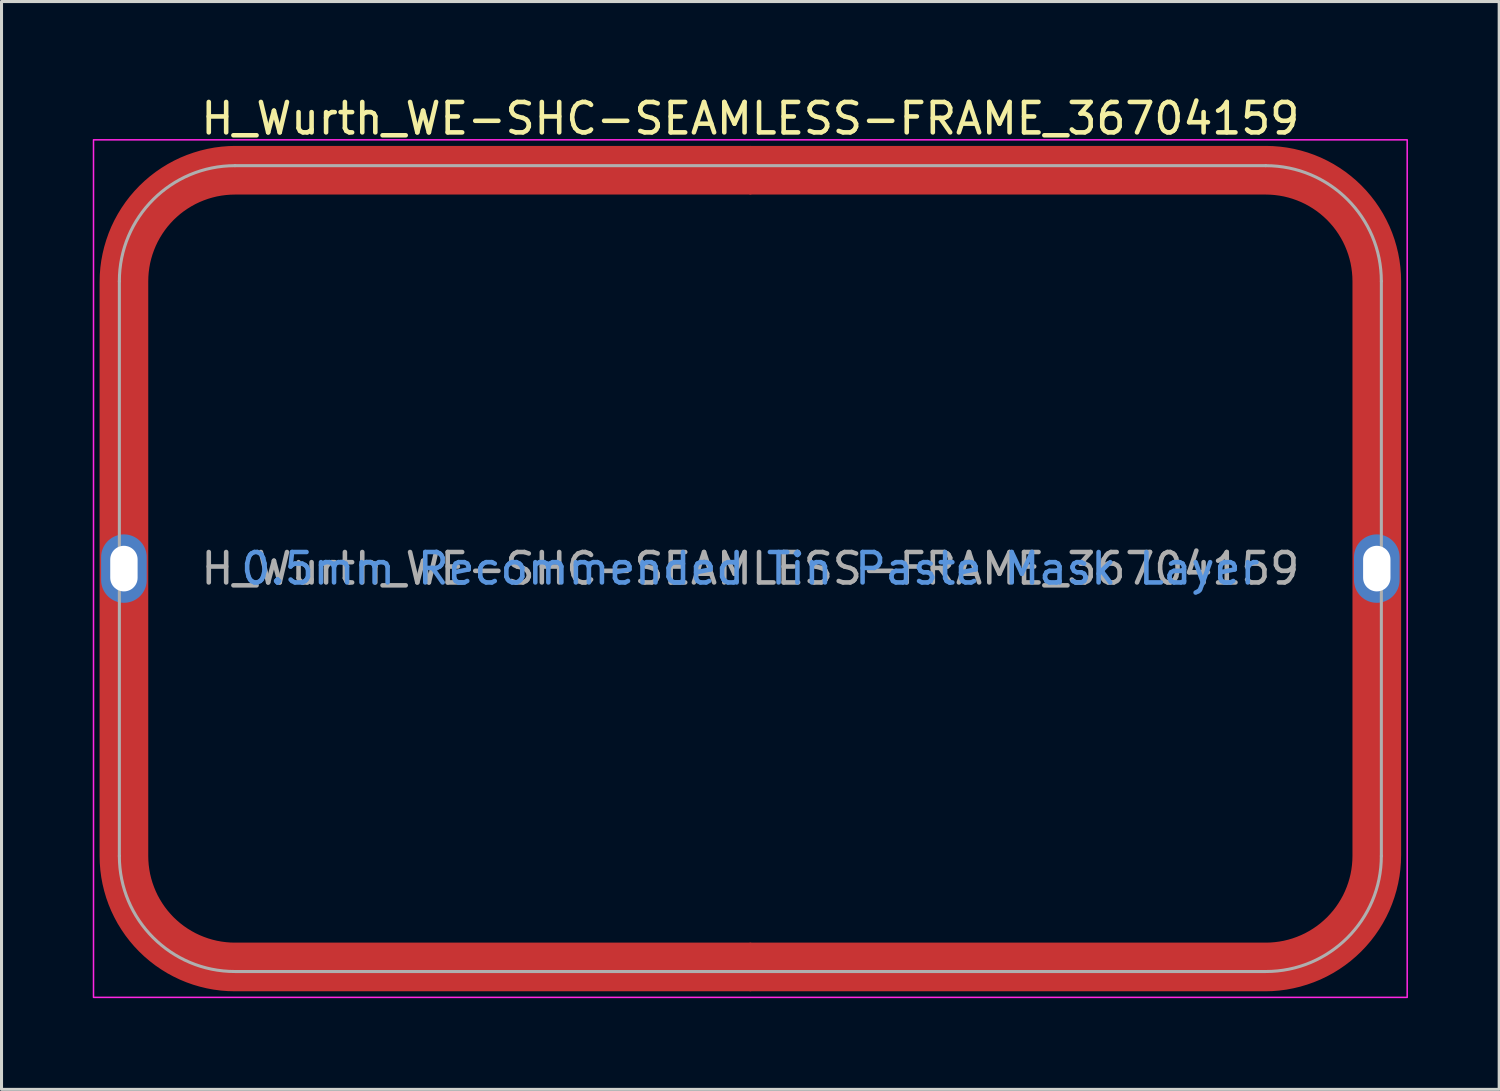
<source format=kicad_pcb>
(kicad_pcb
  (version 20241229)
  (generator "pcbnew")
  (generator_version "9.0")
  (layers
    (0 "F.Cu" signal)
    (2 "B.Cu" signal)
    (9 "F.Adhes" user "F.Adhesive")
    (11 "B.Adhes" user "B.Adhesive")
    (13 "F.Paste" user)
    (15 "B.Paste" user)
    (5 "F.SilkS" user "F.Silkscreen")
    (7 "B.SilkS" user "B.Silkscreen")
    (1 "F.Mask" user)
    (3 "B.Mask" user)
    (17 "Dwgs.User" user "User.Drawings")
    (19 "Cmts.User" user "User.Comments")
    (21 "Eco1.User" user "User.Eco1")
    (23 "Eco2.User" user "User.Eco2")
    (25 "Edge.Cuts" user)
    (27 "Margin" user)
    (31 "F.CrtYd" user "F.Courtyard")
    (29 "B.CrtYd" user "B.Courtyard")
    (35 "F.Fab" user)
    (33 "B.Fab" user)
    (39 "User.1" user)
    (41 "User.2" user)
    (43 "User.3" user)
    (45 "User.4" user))
  (footprint "H_Wurth_WE-SHC-SEAMLESS-FRAME_36704159"
    (layer "F.Cu")
    (at 21.625 15.648)
    (property "Reference" "H_Wurth_WE-SHC-SEAMLESS-FRAME_36704159" (at 0 -14.8 0) (unlocked yes) (layer "F.SilkS") (effects (font (size 1 1) (thickness 0.15))))
    (attr smd)
    (fp_poly (pts (xy -0.004 -12.35) (xy -0.004 -13.85) (xy 16.95 -13.85) (xy 17.18 -13.844) (xy 17.41 -13.826) (xy 17.638 -13.796) (xy 17.865 -13.754) (xy 18.089 -13.7) (xy 18.31 -13.635) (xy 18.527 -13.558) (xy 18.74 -13.47) (xy 18.948 -13.37) (xy 19.15 -13.261) (xy 19.346 -13.14) (xy 19.536 -13.01) (xy 19.719 -12.869) (xy 19.894 -12.72) (xy 20.061 -12.561) (xy 20.22 -12.394) (xy 20.369 -12.219) (xy 20.51 -12.036) (xy 20.64 -11.846) (xy 20.761 -11.65) (xy 20.87 -11.448) (xy 20.97 -11.24) (xy 21.058 -11.027) (xy 21.135 -10.81) (xy 21.2 -10.589) (xy 21.254 -10.365) (xy 21.296 -10.138) (xy 21.326 -9.91) (xy 21.344 -9.68) (xy 21.35 -9.45) (xy 21.35 9.4) (xy 21.344 9.657) (xy 21.326 9.888) (xy 21.296 10.117) (xy 21.253 10.345) (xy 21.199 10.57) (xy 21.133 10.792) (xy 21.056 11.011) (xy 20.968 11.225) (xy 20.868 11.434) (xy 20.757 11.638) (xy 20.636 11.835) (xy 20.505 12.026) (xy 20.364 12.21) (xy 20.213 12.386) (xy 20.054 12.554) (xy 19.886 12.713) (xy 19.71 12.864) (xy 19.526 13.005) (xy 19.335 13.136) (xy 19.138 13.257) (xy 18.934 13.368) (xy 18.725 13.468) (xy 18.511 13.556) (xy 18.292 13.633) (xy 18.07 13.699) (xy 17.845 13.753) (xy 17.617 13.796) (xy 17.388 13.826) (xy 17.157 13.844) (xy 16.95 13.85) (xy -0.004 13.85) (xy -0.004 12.35) (xy 16.95 12.35) (xy 17.102 12.346) (xy 17.253 12.334) (xy 17.404 12.314) (xy 17.553 12.287) (xy 17.701 12.251) (xy 17.846 12.208) (xy 17.989 12.157) (xy 18.13 12.099) (xy 18.267 12.034) (xy 18.4 11.961) (xy 18.529 11.882) (xy 18.655 11.796) (xy 18.775 11.704) (xy 18.89 11.605) (xy 19.001 11.501) (xy 19.105 11.39) (xy 19.204 11.275) (xy 19.296 11.155) (xy 19.382 11.029) (xy 19.461 10.9) (xy 19.534 10.767) (xy 19.599 10.63) (xy 19.657 10.489) (xy 19.708 10.346) (xy 19.751 10.201) (xy 19.787 10.053) (xy 19.814 9.904) (xy 19.834 9.753) (xy 19.846 9.602) (xy 19.85 9.45) (xy 19.85 -9.45) (xy 19.846 -9.602) (xy 19.834 -9.753) (xy 19.814 -9.904) (xy 19.787 -10.053) (xy 19.751 -10.201) (xy 19.708 -10.346) (xy 19.657 -10.489) (xy 19.599 -10.63) (xy 19.534 -10.767) (xy 19.461 -10.9) (xy 19.382 -11.029) (xy 19.296 -11.155) (xy 19.204 -11.275) (xy 19.105 -11.39) (xy 19.001 -11.501) (xy 18.89 -11.605) (xy 18.775 -11.704) (xy 18.655 -11.796) (xy 18.529 -11.882) (xy 18.4 -11.961) (xy 18.267 -12.034) (xy 18.13 -12.099) (xy 17.989 -12.157) (xy 17.846 -12.208) (xy 17.701 -12.251) (xy 17.553 -12.287) (xy 17.404 -12.314) (xy 17.253 -12.334) (xy 17.102 -12.346) (xy 16.95 -12.35) (xy 0.25 -12.35)) (stroke (width 0.1) (type solid)) (fill yes) (layer "F.Cu"))
    (fp_poly (pts (xy 0.004 12.35) (xy 0.004 13.85) (xy -16.95 13.85) (xy -17.18 13.844) (xy -17.41 13.826) (xy -17.638 13.796) (xy -17.865 13.754) (xy -18.089 13.7) (xy -18.31 13.635) (xy -18.527 13.558) (xy -18.74 13.47) (xy -18.948 13.37) (xy -19.15 13.261) (xy -19.346 13.14) (xy -19.536 13.01) (xy -19.719 12.869) (xy -19.894 12.72) (xy -20.061 12.561) (xy -20.22 12.394) (xy -20.369 12.219) (xy -20.51 12.036) (xy -20.64 11.846) (xy -20.761 11.65) (xy -20.87 11.448) (xy -20.97 11.24) (xy -21.058 11.027) (xy -21.135 10.81) (xy -21.2 10.589) (xy -21.254 10.365) (xy -21.296 10.138) (xy -21.326 9.91) (xy -21.344 9.68) (xy -21.35 9.45) (xy -21.35 -9.4) (xy -21.344 -9.657) (xy -21.326 -9.888) (xy -21.296 -10.117) (xy -21.253 -10.345) (xy -21.199 -10.57) (xy -21.133 -10.792) (xy -21.056 -11.011) (xy -20.968 -11.225) (xy -20.868 -11.434) (xy -20.757 -11.638) (xy -20.636 -11.835) (xy -20.505 -12.026) (xy -20.364 -12.21) (xy -20.213 -12.386) (xy -20.054 -12.554) (xy -19.886 -12.713) (xy -19.71 -12.864) (xy -19.526 -13.005) (xy -19.335 -13.136) (xy -19.138 -13.257) (xy -18.934 -13.368) (xy -18.725 -13.468) (xy -18.511 -13.556) (xy -18.292 -13.633) (xy -18.07 -13.699) (xy -17.845 -13.753) (xy -17.617 -13.796) (xy -17.388 -13.826) (xy -17.157 -13.844) (xy -16.95 -13.85) (xy 0.004 -13.85) (xy 0.004 -12.35) (xy -16.95 -12.35) (xy -17.102 -12.346) (xy -17.253 -12.334) (xy -17.404 -12.314) (xy -17.553 -12.287) (xy -17.701 -12.251) (xy -17.846 -12.208) (xy -17.989 -12.157) (xy -18.13 -12.099) (xy -18.267 -12.034) (xy -18.4 -11.961) (xy -18.529 -11.882) (xy -18.655 -11.796) (xy -18.775 -11.704) (xy -18.89 -11.605) (xy -19.001 -11.501) (xy -19.105 -11.39) (xy -19.204 -11.275) (xy -19.296 -11.155) (xy -19.382 -11.029) (xy -19.461 -10.9) (xy -19.534 -10.767) (xy -19.599 -10.63) (xy -19.657 -10.489) (xy -19.708 -10.346) (xy -19.751 -10.201) (xy -19.787 -10.053) (xy -19.814 -9.904) (xy -19.834 -9.753) (xy -19.846 -9.602) (xy -19.85 -9.45) (xy -19.85 9.45) (xy -19.846 9.602) (xy -19.834 9.753) (xy -19.814 9.904) (xy -19.787 10.053) (xy -19.751 10.201) (xy -19.708 10.346) (xy -19.657 10.489) (xy -19.599 10.63) (xy -19.534 10.767) (xy -19.461 10.9) (xy -19.382 11.029) (xy -19.296 11.155) (xy -19.204 11.275) (xy -19.105 11.39) (xy -19.001 11.501) (xy -18.89 11.605) (xy -18.775 11.704) (xy -18.655 11.796) (xy -18.529 11.882) (xy -18.4 11.961) (xy -18.267 12.034) (xy -18.13 12.099) (xy -17.989 12.157) (xy -17.846 12.208) (xy -17.701 12.251) (xy -17.553 12.287) (xy -17.404 12.314) (xy -17.253 12.334) (xy -17.102 12.346) (xy -16.95 12.35) (xy -0.25 12.35)) (stroke (width 0.1) (type solid)) (fill yes) (layer "F.Cu"))
    (fp_poly (pts (xy -0.004 -12.35) (xy -0.004 -13.85) (xy 16.95 -13.85) (xy 17.18 -13.844) (xy 17.41 -13.826) (xy 17.638 -13.796) (xy 17.865 -13.754) (xy 18.089 -13.7) (xy 18.31 -13.635) (xy 18.527 -13.558) (xy 18.74 -13.47) (xy 18.948 -13.37) (xy 19.15 -13.261) (xy 19.346 -13.14) (xy 19.536 -13.01) (xy 19.719 -12.869) (xy 19.894 -12.72) (xy 20.061 -12.561) (xy 20.22 -12.394) (xy 20.369 -12.219) (xy 20.51 -12.036) (xy 20.64 -11.846) (xy 20.761 -11.65) (xy 20.87 -11.448) (xy 20.97 -11.24) (xy 21.058 -11.027) (xy 21.135 -10.81) (xy 21.2 -10.589) (xy 21.254 -10.365) (xy 21.296 -10.138) (xy 21.326 -9.91) (xy 21.344 -9.68) (xy 21.35 -9.45) (xy 21.35 9.4) (xy 21.344 9.657) (xy 21.326 9.888) (xy 21.296 10.117) (xy 21.253 10.345) (xy 21.199 10.57) (xy 21.133 10.792) (xy 21.056 11.011) (xy 20.968 11.225) (xy 20.868 11.434) (xy 20.757 11.638) (xy 20.636 11.835) (xy 20.505 12.026) (xy 20.364 12.21) (xy 20.213 12.386) (xy 20.054 12.554) (xy 19.886 12.713) (xy 19.71 12.864) (xy 19.526 13.005) (xy 19.335 13.136) (xy 19.138 13.257) (xy 18.934 13.368) (xy 18.725 13.468) (xy 18.511 13.556) (xy 18.292 13.633) (xy 18.07 13.699) (xy 17.845 13.753) (xy 17.617 13.796) (xy 17.388 13.826) (xy 17.157 13.844) (xy 16.95 13.85) (xy -0.004 13.85) (xy -0.004 12.35) (xy 16.95 12.35) (xy 17.102 12.346) (xy 17.253 12.334) (xy 17.404 12.314) (xy 17.553 12.287) (xy 17.701 12.251) (xy 17.846 12.208) (xy 17.989 12.157) (xy 18.13 12.099) (xy 18.267 12.034) (xy 18.4 11.961) (xy 18.529 11.882) (xy 18.655 11.796) (xy 18.775 11.704) (xy 18.89 11.605) (xy 19.001 11.501) (xy 19.105 11.39) (xy 19.204 11.275) (xy 19.296 11.155) (xy 19.382 11.029) (xy 19.461 10.9) (xy 19.534 10.767) (xy 19.599 10.63) (xy 19.657 10.489) (xy 19.708 10.346) (xy 19.751 10.201) (xy 19.787 10.053) (xy 19.814 9.904) (xy 19.834 9.753) (xy 19.846 9.602) (xy 19.85 9.45) (xy 19.85 -9.45) (xy 19.846 -9.602) (xy 19.834 -9.753) (xy 19.814 -9.904) (xy 19.787 -10.053) (xy 19.751 -10.201) (xy 19.708 -10.346) (xy 19.657 -10.489) (xy 19.599 -10.63) (xy 19.534 -10.767) (xy 19.461 -10.9) (xy 19.382 -11.029) (xy 19.296 -11.155) (xy 19.204 -11.275) (xy 19.105 -11.39) (xy 19.001 -11.501) (xy 18.89 -11.605) (xy 18.775 -11.704) (xy 18.655 -11.796) (xy 18.529 -11.882) (xy 18.4 -11.961) (xy 18.267 -12.034) (xy 18.13 -12.099) (xy 17.989 -12.157) (xy 17.846 -12.208) (xy 17.701 -12.251) (xy 17.553 -12.287) (xy 17.404 -12.314) (xy 17.253 -12.334) (xy 17.102 -12.346) (xy 16.95 -12.35) (xy 0.25 -12.35)) (stroke (width 0.1) (type solid)) (fill yes) (layer "F.Mask"))
    (fp_poly (pts (xy 0.004 12.35) (xy 0.004 13.85) (xy -16.95 13.85) (xy -17.18 13.844) (xy -17.41 13.826) (xy -17.638 13.796) (xy -17.865 13.754) (xy -18.089 13.7) (xy -18.31 13.635) (xy -18.527 13.558) (xy -18.74 13.47) (xy -18.948 13.37) (xy -19.15 13.261) (xy -19.346 13.14) (xy -19.536 13.01) (xy -19.719 12.869) (xy -19.894 12.72) (xy -20.061 12.561) (xy -20.22 12.394) (xy -20.369 12.219) (xy -20.51 12.036) (xy -20.64 11.846) (xy -20.761 11.65) (xy -20.87 11.448) (xy -20.97 11.24) (xy -21.058 11.027) (xy -21.135 10.81) (xy -21.2 10.589) (xy -21.254 10.365) (xy -21.296 10.138) (xy -21.326 9.91) (xy -21.344 9.68) (xy -21.35 9.45) (xy -21.35 -9.4) (xy -21.344 -9.657) (xy -21.326 -9.888) (xy -21.296 -10.117) (xy -21.253 -10.345) (xy -21.199 -10.57) (xy -21.133 -10.792) (xy -21.056 -11.011) (xy -20.968 -11.225) (xy -20.868 -11.434) (xy -20.757 -11.638) (xy -20.636 -11.835) (xy -20.505 -12.026) (xy -20.364 -12.21) (xy -20.213 -12.386) (xy -20.054 -12.554) (xy -19.886 -12.713) (xy -19.71 -12.864) (xy -19.526 -13.005) (xy -19.335 -13.136) (xy -19.138 -13.257) (xy -18.934 -13.368) (xy -18.725 -13.468) (xy -18.511 -13.556) (xy -18.292 -13.633) (xy -18.07 -13.699) (xy -17.845 -13.753) (xy -17.617 -13.796) (xy -17.388 -13.826) (xy -17.157 -13.844) (xy -16.95 -13.85) (xy 0.004 -13.85) (xy 0.004 -12.35) (xy -16.95 -12.35) (xy -17.102 -12.346) (xy -17.253 -12.334) (xy -17.404 -12.314) (xy -17.553 -12.287) (xy -17.701 -12.251) (xy -17.846 -12.208) (xy -17.989 -12.157) (xy -18.13 -12.099) (xy -18.267 -12.034) (xy -18.4 -11.961) (xy -18.529 -11.882) (xy -18.655 -11.796) (xy -18.775 -11.704) (xy -18.89 -11.605) (xy -19.001 -11.501) (xy -19.105 -11.39) (xy -19.204 -11.275) (xy -19.296 -11.155) (xy -19.382 -11.029) (xy -19.461 -10.9) (xy -19.534 -10.767) (xy -19.599 -10.63) (xy -19.657 -10.489) (xy -19.708 -10.346) (xy -19.751 -10.201) (xy -19.787 -10.053) (xy -19.814 -9.904) (xy -19.834 -9.753) (xy -19.846 -9.602) (xy -19.85 -9.45) (xy -19.85 9.45) (xy -19.846 9.602) (xy -19.834 9.753) (xy -19.814 9.904) (xy -19.787 10.053) (xy -19.751 10.201) (xy -19.708 10.346) (xy -19.657 10.489) (xy -19.599 10.63) (xy -19.534 10.767) (xy -19.461 10.9) (xy -19.382 11.029) (xy -19.296 11.155) (xy -19.204 11.275) (xy -19.105 11.39) (xy -19.001 11.501) (xy -18.89 11.605) (xy -18.775 11.704) (xy -18.655 11.796) (xy -18.529 11.882) (xy -18.4 11.961) (xy -18.267 12.034) (xy -18.13 12.099) (xy -17.989 12.157) (xy -17.846 12.208) (xy -17.701 12.251) (xy -17.553 12.287) (xy -17.404 12.314) (xy -17.253 12.334) (xy -17.102 12.346) (xy -16.95 12.35) (xy -0.25 12.35)) (stroke (width 0.1) (type solid)) (fill yes) (layer "F.Mask"))
    (fp_poly (pts (xy -0.004 -12.35) (xy -0.004 -13.85) (xy 16.95 -13.85) (xy 17.18 -13.844) (xy 17.41 -13.826) (xy 17.638 -13.796) (xy 17.865 -13.754) (xy 18.089 -13.7) (xy 18.31 -13.635) (xy 18.527 -13.558) (xy 18.74 -13.47) (xy 18.948 -13.37) (xy 19.15 -13.261) (xy 19.346 -13.14) (xy 19.536 -13.01) (xy 19.719 -12.869) (xy 19.894 -12.72) (xy 20.061 -12.561) (xy 20.22 -12.394) (xy 20.369 -12.219) (xy 20.51 -12.036) (xy 20.64 -11.846) (xy 20.761 -11.65) (xy 20.87 -11.448) (xy 20.97 -11.24) (xy 21.058 -11.027) (xy 21.135 -10.81) (xy 21.2 -10.589) (xy 21.254 -10.365) (xy 21.296 -10.138) (xy 21.326 -9.91) (xy 21.344 -9.68) (xy 21.35 -9.45) (xy 21.35 9.4) (xy 21.344 9.657) (xy 21.326 9.888) (xy 21.296 10.117) (xy 21.253 10.345) (xy 21.199 10.57) (xy 21.133 10.792) (xy 21.056 11.011) (xy 20.968 11.225) (xy 20.868 11.434) (xy 20.757 11.638) (xy 20.636 11.835) (xy 20.505 12.026) (xy 20.364 12.21) (xy 20.213 12.386) (xy 20.054 12.554) (xy 19.886 12.713) (xy 19.71 12.864) (xy 19.526 13.005) (xy 19.335 13.136) (xy 19.138 13.257) (xy 18.934 13.368) (xy 18.725 13.468) (xy 18.511 13.556) (xy 18.292 13.633) (xy 18.07 13.699) (xy 17.845 13.753) (xy 17.617 13.796) (xy 17.388 13.826) (xy 17.157 13.844) (xy 16.95 13.85) (xy -0.004 13.85) (xy -0.004 12.35) (xy 16.95 12.35) (xy 17.102 12.346) (xy 17.253 12.334) (xy 17.404 12.314) (xy 17.553 12.287) (xy 17.701 12.251) (xy 17.846 12.208) (xy 17.989 12.157) (xy 18.13 12.099) (xy 18.267 12.034) (xy 18.4 11.961) (xy 18.529 11.882) (xy 18.655 11.796) (xy 18.775 11.704) (xy 18.89 11.605) (xy 19.001 11.501) (xy 19.105 11.39) (xy 19.204 11.275) (xy 19.296 11.155) (xy 19.382 11.029) (xy 19.461 10.9) (xy 19.534 10.767) (xy 19.599 10.63) (xy 19.657 10.489) (xy 19.708 10.346) (xy 19.751 10.201) (xy 19.787 10.053) (xy 19.814 9.904) (xy 19.834 9.753) (xy 19.846 9.602) (xy 19.85 9.45) (xy 19.85 -9.45) (xy 19.846 -9.602) (xy 19.834 -9.753) (xy 19.814 -9.904) (xy 19.787 -10.053) (xy 19.751 -10.201) (xy 19.708 -10.346) (xy 19.657 -10.489) (xy 19.599 -10.63) (xy 19.534 -10.767) (xy 19.461 -10.9) (xy 19.382 -11.029) (xy 19.296 -11.155) (xy 19.204 -11.275) (xy 19.105 -11.39) (xy 19.001 -11.501) (xy 18.89 -11.605) (xy 18.775 -11.704) (xy 18.655 -11.796) (xy 18.529 -11.882) (xy 18.4 -11.961) (xy 18.267 -12.034) (xy 18.13 -12.099) (xy 17.989 -12.157) (xy 17.846 -12.208) (xy 17.701 -12.251) (xy 17.553 -12.287) (xy 17.404 -12.314) (xy 17.253 -12.334) (xy 17.102 -12.346) (xy 16.95 -12.35) (xy 0.25 -12.35)) (stroke (width 0.1) (type solid)) (fill yes) (layer "F.Paste"))
    (fp_poly (pts (xy 0.004 12.35) (xy 0.004 13.85) (xy -16.95 13.85) (xy -17.18 13.844) (xy -17.41 13.826) (xy -17.638 13.796) (xy -17.865 13.754) (xy -18.089 13.7) (xy -18.31 13.635) (xy -18.527 13.558) (xy -18.74 13.47) (xy -18.948 13.37) (xy -19.15 13.261) (xy -19.346 13.14) (xy -19.536 13.01) (xy -19.719 12.869) (xy -19.894 12.72) (xy -20.061 12.561) (xy -20.22 12.394) (xy -20.369 12.219) (xy -20.51 12.036) (xy -20.64 11.846) (xy -20.761 11.65) (xy -20.87 11.448) (xy -20.97 11.24) (xy -21.058 11.027) (xy -21.135 10.81) (xy -21.2 10.589) (xy -21.254 10.365) (xy -21.296 10.138) (xy -21.326 9.91) (xy -21.344 9.68) (xy -21.35 9.45) (xy -21.35 -9.4) (xy -21.344 -9.657) (xy -21.326 -9.888) (xy -21.296 -10.117) (xy -21.253 -10.345) (xy -21.199 -10.57) (xy -21.133 -10.792) (xy -21.056 -11.011) (xy -20.968 -11.225) (xy -20.868 -11.434) (xy -20.757 -11.638) (xy -20.636 -11.835) (xy -20.505 -12.026) (xy -20.364 -12.21) (xy -20.213 -12.386) (xy -20.054 -12.554) (xy -19.886 -12.713) (xy -19.71 -12.864) (xy -19.526 -13.005) (xy -19.335 -13.136) (xy -19.138 -13.257) (xy -18.934 -13.368) (xy -18.725 -13.468) (xy -18.511 -13.556) (xy -18.292 -13.633) (xy -18.07 -13.699) (xy -17.845 -13.753) (xy -17.617 -13.796) (xy -17.388 -13.826) (xy -17.157 -13.844) (xy -16.95 -13.85) (xy 0.004 -13.85) (xy 0.004 -12.35) (xy -16.95 -12.35) (xy -17.102 -12.346) (xy -17.253 -12.334) (xy -17.404 -12.314) (xy -17.553 -12.287) (xy -17.701 -12.251) (xy -17.846 -12.208) (xy -17.989 -12.157) (xy -18.13 -12.099) (xy -18.267 -12.034) (xy -18.4 -11.961) (xy -18.529 -11.882) (xy -18.655 -11.796) (xy -18.775 -11.704) (xy -18.89 -11.605) (xy -19.001 -11.501) (xy -19.105 -11.39) (xy -19.204 -11.275) (xy -19.296 -11.155) (xy -19.382 -11.029) (xy -19.461 -10.9) (xy -19.534 -10.767) (xy -19.599 -10.63) (xy -19.657 -10.489) (xy -19.708 -10.346) (xy -19.751 -10.201) (xy -19.787 -10.053) (xy -19.814 -9.904) (xy -19.834 -9.753) (xy -19.846 -9.602) (xy -19.85 -9.45) (xy -19.85 9.45) (xy -19.846 9.602) (xy -19.834 9.753) (xy -19.814 9.904) (xy -19.787 10.053) (xy -19.751 10.201) (xy -19.708 10.346) (xy -19.657 10.489) (xy -19.599 10.63) (xy -19.534 10.767) (xy -19.461 10.9) (xy -19.382 11.029) (xy -19.296 11.155) (xy -19.204 11.275) (xy -19.105 11.39) (xy -19.001 11.501) (xy -18.89 11.605) (xy -18.775 11.704) (xy -18.655 11.796) (xy -18.529 11.882) (xy -18.4 11.961) (xy -18.267 12.034) (xy -18.13 12.099) (xy -17.989 12.157) (xy -17.846 12.208) (xy -17.701 12.251) (xy -17.553 12.287) (xy -17.404 12.314) (xy -17.253 12.334) (xy -17.102 12.346) (xy -16.95 12.35) (xy -0.25 12.35)) (stroke (width 0.1) (type solid)) (fill yes) (layer "F.Paste"))
    (fp_rect (start -21.6 -14.1) (end 21.6 14.1) (stroke (width 0.05) (type solid)) (fill no) (layer "F.CrtYd"))
    (fp_line (start -20.75 9.45) (end -20.75 -9.45) (stroke (width 0.1) (type solid)) (layer "F.Fab"))
    (fp_line (start 16.95 -13.25) (end -16.95 -13.25) (stroke (width 0.1) (type solid)) (layer "F.Fab"))
    (fp_line (start 16.95 13.25) (end -16.95 13.25) (stroke (width 0.1) (type solid)) (layer "F.Fab"))
    (fp_line (start 20.75 9.45) (end 20.75 -9.45) (stroke (width 0.1) (type solid)) (layer "F.Fab"))
    (fp_arc (start -20.75 -9.45) (mid -19.637006 -12.137005) (end -16.95 -13.25) (stroke (width 0.1) (type solid)) (layer "F.Fab"))
    (fp_arc (start -16.95 13.25) (mid -19.637005 12.137006) (end -20.75 9.45) (stroke (width 0.1) (type solid)) (layer "F.Fab"))
    (fp_arc (start 16.95 -13.25) (mid 19.637005 -12.137006) (end 20.75 -9.45) (stroke (width 0.1) (type solid)) (layer "F.Fab"))
    (fp_arc (start 20.75 9.45) (mid 19.637006 12.137005) (end 16.95 13.25) (stroke (width 0.1) (type solid)) (layer "F.Fab"))
    (fp_text user "0.5mm Recommended Tin Paste Mask Layer" (at 0 0 0) (unlocked yes) (layer "Cmts.User") (effects (font (size 1 1) (thickness 0.15))))
    (fp_text user "${REFERENCE}" (at 0 0 0) (unlocked yes) (layer "F.Fab") (effects (font (size 1 1) (thickness 0.15))))
    (pad "1" thru_hole oval (at -20.6 0) (size 1.5 2.25) (drill oval 0.9 1.5) (layers "*.Cu" "*.Mask"))
    (pad "1" thru_hole oval (at 20.6 0) (size 1.5 2.25) (drill oval 0.9 1.5) (layers "*.Cu" "*.Mask")))
  (gr_rect
    (start -3 -3)
    (end 46.25 32.773)
    (stroke (width 0.1) (type default))
    (fill no)
    (layer "Edge.Cuts")))
</source>
